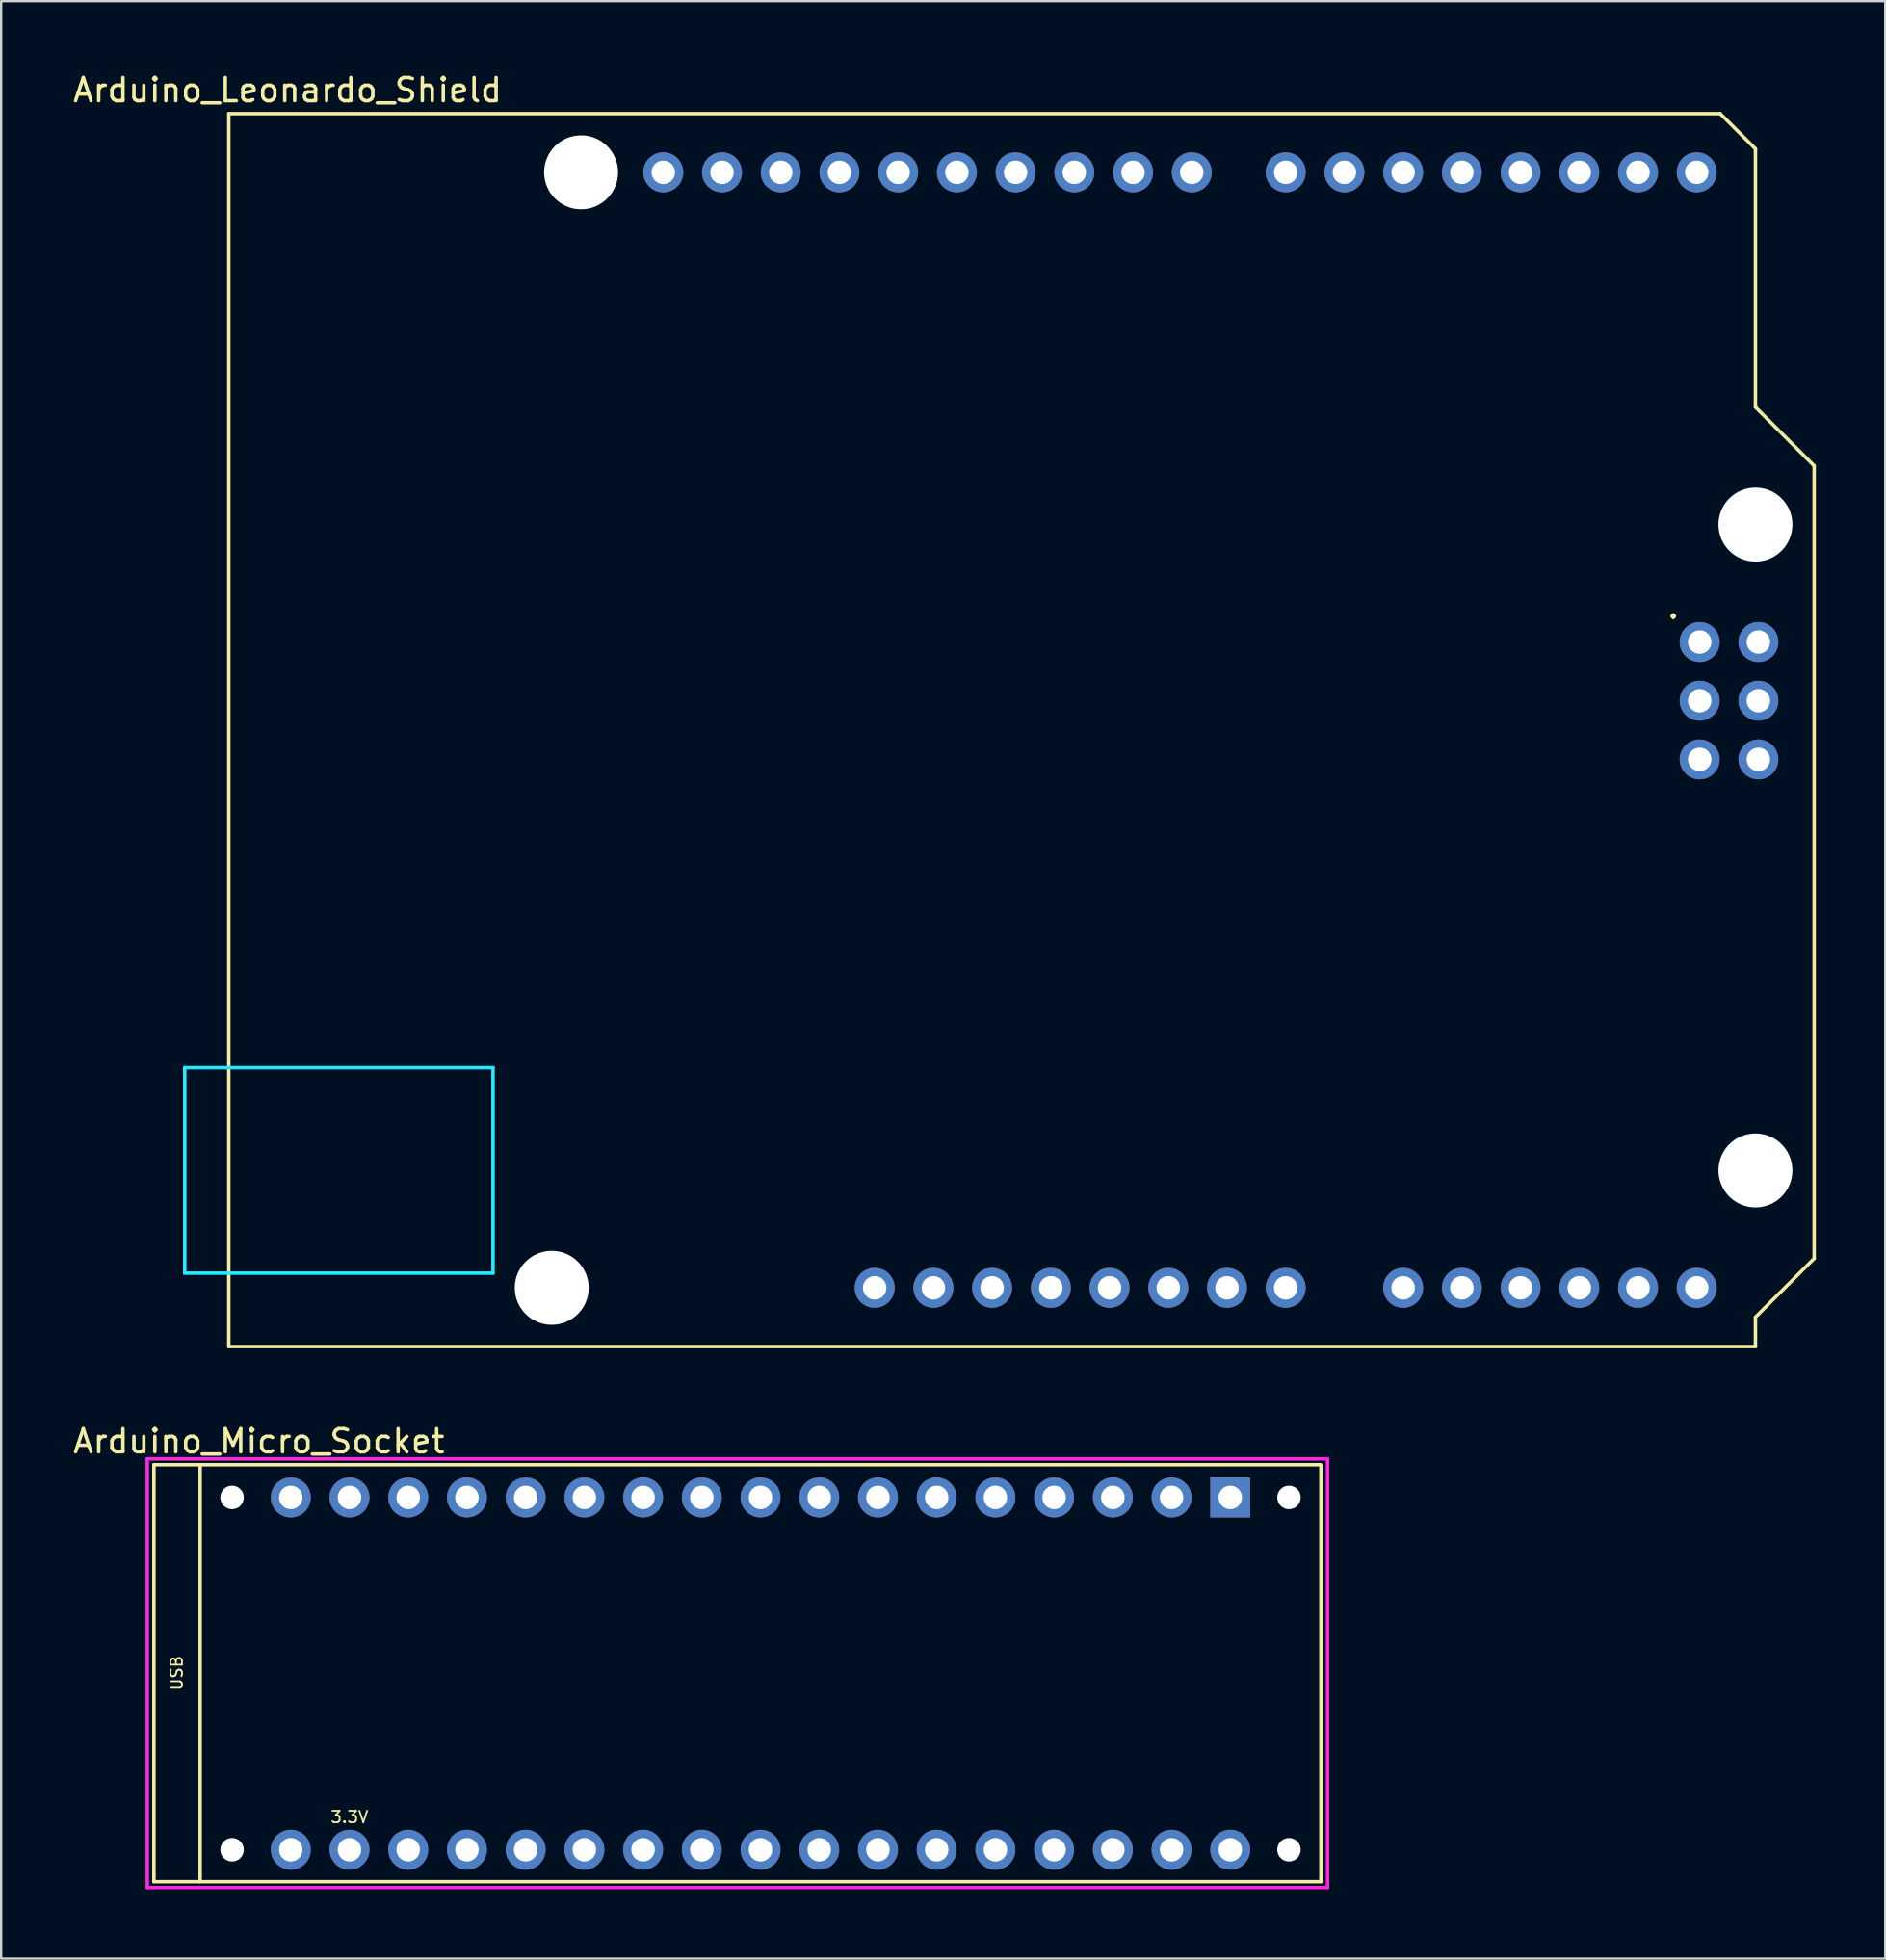
<source format=kicad_pcb>
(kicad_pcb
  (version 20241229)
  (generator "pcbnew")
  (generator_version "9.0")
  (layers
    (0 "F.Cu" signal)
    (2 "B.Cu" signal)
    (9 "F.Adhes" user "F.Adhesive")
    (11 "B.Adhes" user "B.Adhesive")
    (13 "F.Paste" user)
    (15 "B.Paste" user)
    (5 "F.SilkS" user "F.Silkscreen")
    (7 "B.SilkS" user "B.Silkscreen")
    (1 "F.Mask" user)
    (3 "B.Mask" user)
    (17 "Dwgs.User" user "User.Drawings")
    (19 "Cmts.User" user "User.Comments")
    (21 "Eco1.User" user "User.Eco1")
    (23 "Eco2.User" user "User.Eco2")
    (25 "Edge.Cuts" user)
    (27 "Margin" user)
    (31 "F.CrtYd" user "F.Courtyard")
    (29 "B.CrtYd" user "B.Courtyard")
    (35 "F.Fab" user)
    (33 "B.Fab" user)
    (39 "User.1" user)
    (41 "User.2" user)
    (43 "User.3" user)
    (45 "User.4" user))
  (footprint "Arduino_Leonardo_Shield"
    (layer "F.Cu")
    (at 6.847 55.204)
    (property "Reference" "Arduino_Leonardo_Shield" (at 2.54 -54.356 0) (layer "F.SilkS") (effects (font (size 1 1) (thickness 0.15))))
    (attr through_hole)
    (fp_line (start 0 -53.34) (end 0 0) (stroke (width 0.15) (type solid)) (layer "F.SilkS"))
    (fp_line (start 0 -53.34) (end 64.516 -53.34) (stroke (width 0.15) (type solid)) (layer "F.SilkS"))
    (fp_line (start 0 0) (end 66.04 0) (stroke (width 0.15) (type solid)) (layer "F.SilkS"))
    (fp_line (start 64.516 -53.34) (end 66.04 -51.816) (stroke (width 0.15) (type solid)) (layer "F.SilkS"))
    (fp_line (start 66.04 -40.64) (end 66.04 -51.816) (stroke (width 0.15) (type solid)) (layer "F.SilkS"))
    (fp_line (start 66.04 -1.27) (end 68.58 -3.81) (stroke (width 0.15) (type solid)) (layer "F.SilkS"))
    (fp_line (start 66.04 0) (end 66.04 -1.27) (stroke (width 0.15) (type solid)) (layer "F.SilkS"))
    (fp_line (start 68.58 -38.1) (end 66.04 -40.64) (stroke (width 0.15) (type solid)) (layer "F.SilkS"))
    (fp_line (start 68.58 -3.81) (end 68.58 -38.1) (stroke (width 0.15) (type solid)) (layer "F.SilkS"))
    (fp_line (start -1.905 -12.065) (end -1.905 -3.175) (stroke (width 0.15) (type solid)) (layer "B.CrtYd"))
    (fp_line (start -1.905 -12.065) (end 11.43 -12.065) (stroke (width 0.15) (type solid)) (layer "B.CrtYd"))
    (fp_line (start -1.905 -3.175) (end 11.43 -3.175) (stroke (width 0.15) (type solid)) (layer "B.CrtYd"))
    (fp_line (start 11.43 -12.065) (end 11.43 -3.175) (stroke (width 0.15) (type solid)) (layer "B.CrtYd"))
    (fp_text user "." (at 62.484 -32.004 0) (layer "F.SilkS") (effects (font (size 1 1) (thickness 0.15))))
    (pad "" np_thru_hole circle (at 13.97 -2.54) (size 3.2 3.2) (drill 3.2) (layers "*.Cu" "*.Mask"))
    (pad "" np_thru_hole circle (at 15.24 -50.8) (size 3.2 3.2) (drill 3.2) (layers "*.Cu" "*.Mask"))
    (pad "" thru_hole oval (at 27.94 -2.54) (size 1.727 1.727) (drill 1.016) (layers "*.Cu" "*.Mask"))
    (pad "" np_thru_hole circle (at 66.04 -35.56) (size 3.2 3.2) (drill 3.2) (layers "*.Cu" "*.Mask"))
    (pad "" np_thru_hole circle (at 66.04 -7.62) (size 3.2 3.2) (drill 3.2) (layers "*.Cu" "*.Mask"))
    (pad "3V3" thru_hole oval (at 35.56 -2.54) (size 1.727 1.727) (drill 1.016) (layers "*.Cu" "*.Mask"))
    (pad "5V1" thru_hole oval (at 38.1 -2.54) (size 1.727 1.727) (drill 1.016) (layers "*.Cu" "*.Mask"))
    (pad "5V2" thru_hole oval (at 66.167 -30.48) (size 1.727 1.727) (drill 1.016) (layers "*.Cu" "*.Mask"))
    (pad "A0" thru_hole oval (at 50.8 -2.54) (size 1.727 1.727) (drill 1.016) (layers "*.Cu" "*.Mask"))
    (pad "A1" thru_hole oval (at 53.34 -2.54) (size 1.727 1.727) (drill 1.016) (layers "*.Cu" "*.Mask"))
    (pad "A2" thru_hole oval (at 55.88 -2.54) (size 1.727 1.727) (drill 1.016) (layers "*.Cu" "*.Mask"))
    (pad "A3" thru_hole oval (at 58.42 -2.54) (size 1.727 1.727) (drill 1.016) (layers "*.Cu" "*.Mask"))
    (pad "A4" thru_hole oval (at 60.96 -2.54) (size 1.727 1.727) (drill 1.016) (layers "*.Cu" "*.Mask"))
    (pad "A5" thru_hole oval (at 63.5 -2.54) (size 1.727 1.727) (drill 1.016) (layers "*.Cu" "*.Mask"))
    (pad "AREF" thru_hole oval (at 23.876 -50.8) (size 1.727 1.727) (drill 1.016) (layers "*.Cu" "*.Mask"))
    (pad "D0" thru_hole oval (at 63.5 -50.8) (size 1.727 1.727) (drill 1.016) (layers "*.Cu" "*.Mask"))
    (pad "D1" thru_hole oval (at 60.96 -50.8) (size 1.727 1.727) (drill 1.016) (layers "*.Cu" "*.Mask"))
    (pad "D2" thru_hole oval (at 58.42 -50.8) (size 1.727 1.727) (drill 1.016) (layers "*.Cu" "*.Mask"))
    (pad "D3" thru_hole oval (at 55.88 -50.8) (size 1.727 1.727) (drill 1.016) (layers "*.Cu" "*.Mask"))
    (pad "D4" thru_hole oval (at 53.34 -50.8) (size 1.727 1.727) (drill 1.016) (layers "*.Cu" "*.Mask"))
    (pad "D5" thru_hole oval (at 50.8 -50.8) (size 1.727 1.727) (drill 1.016) (layers "*.Cu" "*.Mask"))
    (pad "D6" thru_hole oval (at 48.26 -50.8) (size 1.727 1.727) (drill 1.016) (layers "*.Cu" "*.Mask"))
    (pad "D7" thru_hole oval (at 45.72 -50.8) (size 1.727 1.727) (drill 1.016) (layers "*.Cu" "*.Mask"))
    (pad "D8" thru_hole oval (at 41.656 -50.8) (size 1.727 1.727) (drill 1.016) (layers "*.Cu" "*.Mask"))
    (pad "D9" thru_hole oval (at 39.116 -50.8) (size 1.727 1.727) (drill 1.016) (layers "*.Cu" "*.Mask"))
    (pad "D10" thru_hole oval (at 36.576 -50.8) (size 1.727 1.727) (drill 1.016) (layers "*.Cu" "*.Mask"))
    (pad "D11" thru_hole oval (at 34.036 -50.8) (size 1.727 1.727) (drill 1.016) (layers "*.Cu" "*.Mask"))
    (pad "D12" thru_hole oval (at 31.496 -50.8) (size 1.727 1.727) (drill 1.016) (layers "*.Cu" "*.Mask"))
    (pad "D13" thru_hole oval (at 28.956 -50.8) (size 1.727 1.727) (drill 1.016) (layers "*.Cu" "*.Mask"))
    (pad "GND1" thru_hole oval (at 26.416 -50.8) (size 1.727 1.727) (drill 1.016) (layers "*.Cu" "*.Mask"))
    (pad "GND2" thru_hole oval (at 40.64 -2.54) (size 1.727 1.727) (drill 1.016) (layers "*.Cu" "*.Mask"))
    (pad "GND3" thru_hole oval (at 43.18 -2.54) (size 1.727 1.727) (drill 1.016) (layers "*.Cu" "*.Mask"))
    (pad "GND4" thru_hole oval (at 66.167 -25.4) (size 1.727 1.727) (drill 1.016) (layers "*.Cu" "*.Mask"))
    (pad "IORF" thru_hole oval (at 30.48 -2.54) (size 1.727 1.727) (drill 1.016) (layers "*.Cu" "*.Mask"))
    (pad "MISO" thru_hole oval (at 63.627 -30.48) (size 1.727 1.727) (drill 1.016) (layers "*.Cu" "*.Mask"))
    (pad "MOSI" thru_hole oval (at 66.167 -27.94) (size 1.727 1.727) (drill 1.016) (layers "*.Cu" "*.Mask"))
    (pad "RST1" thru_hole oval (at 33.02 -2.54) (size 1.727 1.727) (drill 1.016) (layers "*.Cu" "*.Mask"))
    (pad "RST2" thru_hole oval (at 63.627 -25.4) (size 1.727 1.727) (drill 1.016) (layers "*.Cu" "*.Mask"))
    (pad "SCK" thru_hole oval (at 63.627 -27.94) (size 1.727 1.727) (drill 1.016) (layers "*.Cu" "*.Mask"))
    (pad "SCL" thru_hole oval (at 18.796 -50.8) (size 1.727 1.727) (drill 1.016) (layers "*.Cu" "*.Mask"))
    (pad "SDA" thru_hole oval (at 21.336 -50.8) (size 1.727 1.727) (drill 1.016) (layers "*.Cu" "*.Mask"))
    (pad "VIN" thru_hole oval (at 45.72 -2.54) (size 1.727 1.727) (drill 1.016) (layers "*.Cu" "*.Mask")))
  (footprint "Arduino_Micro_Socket"
    (layer "F.Cu")
    (at 5.609 78.353)
    (property "Reference" "Arduino_Micro_Socket" (at 2.54 -19.05 0) (layer "F.SilkS") (effects (font (size 1 1) (thickness 0.15))))
    (attr through_hole)
    (fp_line (start -2 -18.034) (end -2 0) (stroke (width 0.15) (type solid)) (layer "F.SilkS"))
    (fp_line (start -2 -18.034) (end 48.48 -18.034) (stroke (width 0.15) (type solid)) (layer "F.SilkS"))
    (fp_line (start -2 0) (end 48.48 0) (stroke (width 0.15) (type solid)) (layer "F.SilkS"))
    (fp_line (start 0 -18) (end 0 0) (stroke (width 0.15) (type solid)) (layer "F.SilkS"))
    (fp_line (start 48.48 -18) (end 48.48 0) (stroke (width 0.15) (type solid)) (layer "F.SilkS"))
    (fp_line (start -2.286 -18.288) (end 48.768 -18.288) (stroke (width 0.15) (type solid)) (layer "F.CrtYd"))
    (fp_line (start -2.286 -17.526) (end -2.286 -18.288) (stroke (width 0.15) (type solid)) (layer "F.CrtYd"))
    (fp_line (start -2.286 0.254) (end -2.286 -17.526) (stroke (width 0.15) (type solid)) (layer "F.CrtYd"))
    (fp_line (start -2.032 0.254) (end -2.286 0.254) (stroke (width 0.15) (type solid)) (layer "F.CrtYd"))
    (fp_line (start 48.768 -18.288) (end 48.768 0.254) (stroke (width 0.15) (type solid)) (layer "F.CrtYd"))
    (fp_line (start 48.768 0.254) (end -2.032 0.254) (stroke (width 0.15) (type solid)) (layer "F.CrtYd"))
    (fp_text user "3.3V" (at 6.46 -2.794 0) (layer "F.SilkS") (effects (font (size 0.5 0.5) (thickness 0.075))))
    (fp_text user "USB" (at -1.016 -9.017 90) (layer "F.SilkS") (effects (font (size 0.5 0.5) (thickness 0.075))))
    (pad "" np_thru_hole circle (at 1.38 -16.62) (size 1.016 1.016) (drill 1.016) (layers "*.Cu" "*.Mask"))
    (pad "" np_thru_hole circle (at 1.38 -1.38) (size 1.016 1.016) (drill 1.016) (layers "*.Cu" "*.Mask"))
    (pad "" thru_hole oval (at 26.78 -1.38) (size 1.727 1.727) (drill 1.016) (layers "*.Cu" "*.Mask"))
    (pad "" thru_hole oval (at 29.32 -1.38) (size 1.727 1.727) (drill 1.016) (layers "*.Cu" "*.Mask"))
    (pad "" np_thru_hole circle (at 47.1 -16.62) (size 1.016 1.016) (drill 1.016) (layers "*.Cu" "*.Mask"))
    (pad "" np_thru_hole circle (at 47.1 -1.38) (size 1.016 1.016) (drill 1.016) (layers "*.Cu" "*.Mask"))
    (pad "3V3" thru_hole oval (at 6.46 -1.38) (size 1.727 1.727) (drill 1.016) (layers "*.Cu" "*.Mask"))
    (pad "5V" thru_hole oval (at 31.86 -1.38) (size 1.727 1.727) (drill 1.016) (layers "*.Cu" "*.Mask"))
    (pad "A0" thru_hole oval (at 11.54 -1.38) (size 1.727 1.727) (drill 1.016) (layers "*.Cu" "*.Mask"))
    (pad "A1" thru_hole oval (at 14.08 -1.38) (size 1.727 1.727) (drill 1.016) (layers "*.Cu" "*.Mask"))
    (pad "A2" thru_hole oval (at 16.62 -1.38) (size 1.727 1.727) (drill 1.016) (layers "*.Cu" "*.Mask"))
    (pad "A3" thru_hole oval (at 19.16 -1.38) (size 1.727 1.727) (drill 1.016) (layers "*.Cu" "*.Mask"))
    (pad "A4" thru_hole oval (at 21.7 -1.38) (size 1.727 1.727) (drill 1.016) (layers "*.Cu" "*.Mask"))
    (pad "A5" thru_hole oval (at 24.24 -1.38) (size 1.727 1.727) (drill 1.016) (layers "*.Cu" "*.Mask"))
    (pad "AREF" thru_hole oval (at 9 -1.38) (size 1.727 1.727) (drill 1.016) (layers "*.Cu" "*.Mask"))
    (pad "D0" thru_hole oval (at 36.94 -16.62) (size 1.727 1.727) (drill 1.016) (layers "*.Cu" "*.Mask"))
    (pad "D1" thru_hole oval (at 39.48 -16.62) (size 1.727 1.727) (drill 1.016) (layers "*.Cu" "*.Mask"))
    (pad "D2" thru_hole oval (at 29.32 -16.62) (size 1.727 1.727) (drill 1.016) (layers "*.Cu" "*.Mask"))
    (pad "D3" thru_hole oval (at 26.78 -16.62) (size 1.727 1.727) (drill 1.016) (layers "*.Cu" "*.Mask"))
    (pad "D4" thru_hole oval (at 24.24 -16.62) (size 1.727 1.727) (drill 1.016) (layers "*.Cu" "*.Mask"))
    (pad "D5" thru_hole oval (at 21.7 -16.62) (size 1.727 1.727) (drill 1.016) (layers "*.Cu" "*.Mask"))
    (pad "D6" thru_hole oval (at 19.16 -16.62) (size 1.727 1.727) (drill 1.016) (layers "*.Cu" "*.Mask"))
    (pad "D7" thru_hole oval (at 16.62 -16.62) (size 1.727 1.727) (drill 1.016) (layers "*.Cu" "*.Mask"))
    (pad "D8" thru_hole oval (at 14.08 -16.62) (size 1.727 1.727) (drill 1.016) (layers "*.Cu" "*.Mask"))
    (pad "D9" thru_hole oval (at 11.54 -16.62) (size 1.727 1.727) (drill 1.016) (layers "*.Cu" "*.Mask"))
    (pad "D10" thru_hole oval (at 9 -16.62) (size 1.727 1.727) (drill 1.016) (layers "*.Cu" "*.Mask"))
    (pad "D11" thru_hole oval (at 6.46 -16.62) (size 1.727 1.727) (drill 1.016) (layers "*.Cu" "*.Mask"))
    (pad "D12" thru_hole oval (at 3.92 -16.62) (size 1.727 1.727) (drill 1.016) (layers "*.Cu" "*.Mask"))
    (pad "D13" thru_hole oval (at 3.92 -1.38) (size 1.727 1.727) (drill 1.016) (layers "*.Cu" "*.Mask"))
    (pad "GND1" thru_hole oval (at 36.94 -1.38) (size 1.727 1.727) (drill 1.016) (layers "*.Cu" "*.Mask"))
    (pad "GND2" thru_hole oval (at 31.86 -16.62) (size 1.727 1.727) (drill 1.016) (layers "*.Cu" "*.Mask"))
    (pad "MISO" thru_hole oval (at 42.02 -1.38) (size 1.727 1.727) (drill 1.016) (layers "*.Cu" "*.Mask"))
    (pad "MOSI" thru_hole rect (at 44.56 -16.62) (size 1.727 1.727) (drill 1.016) (layers "*.Cu" "*.Mask"))
    (pad "RST1" thru_hole oval (at 34.4 -1.38) (size 1.727 1.727) (drill 1.016) (layers "*.Cu" "*.Mask"))
    (pad "RST2" thru_hole oval (at 34.4 -16.62) (size 1.727 1.727) (drill 1.016) (layers "*.Cu" "*.Mask"))
    (pad "SCK" thru_hole oval (at 44.56 -1.38) (size 1.727 1.727) (drill 1.016) (layers "*.Cu" "*.Mask"))
    (pad "SS" thru_hole oval (at 42.02 -16.62) (size 1.727 1.727) (drill 1.016) (layers "*.Cu" "*.Mask"))
    (pad "VIN" thru_hole oval (at 39.48 -1.38) (size 1.727 1.727) (drill 1.016) (layers "*.Cu" "*.Mask")))
  (gr_rect
    (start -3 -3)
    (end 78.502 81.681)
    (stroke (width 0.1) (type default))
    (fill no)
    (layer "Edge.Cuts")))
</source>
